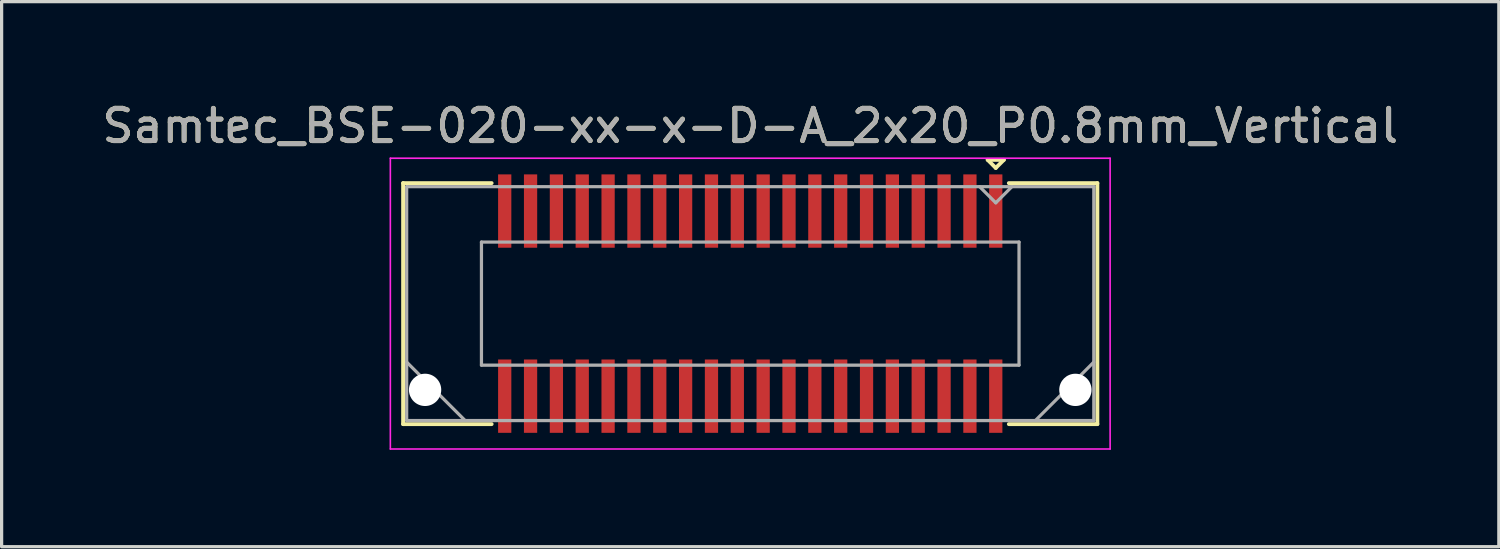
<source format=kicad_pcb>
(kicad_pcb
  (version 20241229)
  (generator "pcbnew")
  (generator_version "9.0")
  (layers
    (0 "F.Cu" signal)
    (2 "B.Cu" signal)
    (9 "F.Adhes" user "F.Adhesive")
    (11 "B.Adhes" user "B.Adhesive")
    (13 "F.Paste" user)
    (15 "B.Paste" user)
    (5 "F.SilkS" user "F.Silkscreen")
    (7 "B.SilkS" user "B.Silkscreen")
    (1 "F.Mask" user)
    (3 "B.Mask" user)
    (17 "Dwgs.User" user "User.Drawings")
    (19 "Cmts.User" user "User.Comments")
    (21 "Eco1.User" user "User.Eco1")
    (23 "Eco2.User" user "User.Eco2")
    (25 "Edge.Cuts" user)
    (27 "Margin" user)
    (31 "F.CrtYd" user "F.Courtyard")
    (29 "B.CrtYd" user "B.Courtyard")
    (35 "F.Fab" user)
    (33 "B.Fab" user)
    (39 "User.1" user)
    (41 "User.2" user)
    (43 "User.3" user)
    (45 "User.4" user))
  (footprint "Samtec_BSE-020-xx-x-D-A_2x20_P0.8mm_Vertical"
    (layer "F.Cu")
    (at 20.173 6.348)
    (property "Reference" "Samtec_BSE-020-xx-x-D-A_2x20_P0.8mm_Vertical" (at 0 -5.5 0) (layer "F.SilkS") (effects (font (size 1 1) (thickness 0.15))))
    (attr smd)
    (fp_line (start -10.745 -3.73) (end -8.005 -3.73) (stroke (width 0.12) (type solid)) (layer "F.SilkS"))
    (fp_line (start -10.745 3.73) (end -10.745 -3.73) (stroke (width 0.12) (type solid)) (layer "F.SilkS"))
    (fp_line (start -8.005 3.73) (end -10.745 3.73) (stroke (width 0.12) (type solid)) (layer "F.SilkS"))
    (fp_line (start 7.35 -4.45) (end 7.85 -4.45) (stroke (width 0.12) (type solid)) (layer "F.SilkS"))
    (fp_line (start 7.6 -4.2) (end 7.35 -4.45) (stroke (width 0.12) (type solid)) (layer "F.SilkS"))
    (fp_line (start 7.85 -4.45) (end 7.6 -4.2) (stroke (width 0.12) (type solid)) (layer "F.SilkS"))
    (fp_line (start 8.005 3.73) (end 10.745 3.73) (stroke (width 0.12) (type solid)) (layer "F.SilkS"))
    (fp_line (start 10.745 -3.73) (end 8.005 -3.73) (stroke (width 0.12) (type solid)) (layer "F.SilkS"))
    (fp_line (start 10.745 3.73) (end 10.745 -3.73) (stroke (width 0.12) (type solid)) (layer "F.SilkS"))
    (fp_line (start -11.14 -4.5) (end -11.14 4.5) (stroke (width 0.05) (type solid)) (layer "F.CrtYd"))
    (fp_line (start -11.14 4.5) (end 11.14 4.5) (stroke (width 0.05) (type solid)) (layer "F.CrtYd"))
    (fp_line (start 11.14 -4.5) (end -11.14 -4.5) (stroke (width 0.05) (type solid)) (layer "F.CrtYd"))
    (fp_line (start 11.14 4.5) (end 11.14 -4.5) (stroke (width 0.05) (type solid)) (layer "F.CrtYd"))
    (fp_line (start -10.635 -3.62) (end -10.635 3.62) (stroke (width 0.1) (type solid)) (layer "F.Fab"))
    (fp_line (start -10.635 1.81) (end -8.825 3.62) (stroke (width 0.1) (type solid)) (layer "F.Fab"))
    (fp_line (start -10.635 3.62) (end 10.635 3.62) (stroke (width 0.1) (type solid)) (layer "F.Fab"))
    (fp_line (start -8.32 -1.905) (end -8.32 1.905) (stroke (width 0.1) (type solid)) (layer "F.Fab"))
    (fp_line (start -8.32 1.905) (end 8.32 1.905) (stroke (width 0.1) (type solid)) (layer "F.Fab"))
    (fp_line (start 7.6 -3.12) (end 7.1 -3.62) (stroke (width 0.1) (type solid)) (layer "F.Fab"))
    (fp_line (start 8.1 -3.62) (end 7.6 -3.12) (stroke (width 0.1) (type solid)) (layer "F.Fab"))
    (fp_line (start 8.32 -1.905) (end -8.32 -1.905) (stroke (width 0.1) (type solid)) (layer "F.Fab"))
    (fp_line (start 8.32 1.905) (end 8.32 -1.905) (stroke (width 0.1) (type solid)) (layer "F.Fab"))
    (fp_line (start 10.635 -3.62) (end -10.635 -3.62) (stroke (width 0.1) (type solid)) (layer "F.Fab"))
    (fp_line (start 10.635 1.81) (end 8.825 3.62) (stroke (width 0.1) (type solid)) (layer "F.Fab"))
    (fp_line (start 10.635 3.62) (end 10.635 -3.62) (stroke (width 0.1) (type solid)) (layer "F.Fab"))
    (fp_text user "${REFERENCE}" (at 0 -5.5 0) (layer "F.Fab") (effects (font (size 1 1) (thickness 0.15))))
    (pad "" np_thru_hole circle (at -10.065 2.67) (size 1 1) (drill 1) (layers "*.Cu" "*.Mask"))
    (pad "" np_thru_hole circle (at 10.065 2.67) (size 1 1) (drill 1) (layers "*.Cu" "*.Mask"))
    (pad "1" smd rect (at 7.6 -2.865) (size 0.41 2.27) (layers "F.Cu" "F.Mask" "F.Paste"))
    (pad "2" smd rect (at 7.6 2.865) (size 0.41 2.27) (layers "F.Cu" "F.Mask" "F.Paste"))
    (pad "3" smd rect (at 6.8 -2.865) (size 0.41 2.27) (layers "F.Cu" "F.Mask" "F.Paste"))
    (pad "4" smd rect (at 6.8 2.865) (size 0.41 2.27) (layers "F.Cu" "F.Mask" "F.Paste"))
    (pad "5" smd rect (at 6 -2.865) (size 0.41 2.27) (layers "F.Cu" "F.Mask" "F.Paste"))
    (pad "6" smd rect (at 6 2.865) (size 0.41 2.27) (layers "F.Cu" "F.Mask" "F.Paste"))
    (pad "7" smd rect (at 5.2 -2.865) (size 0.41 2.27) (layers "F.Cu" "F.Mask" "F.Paste"))
    (pad "8" smd rect (at 5.2 2.865) (size 0.41 2.27) (layers "F.Cu" "F.Mask" "F.Paste"))
    (pad "9" smd rect (at 4.4 -2.865) (size 0.41 2.27) (layers "F.Cu" "F.Mask" "F.Paste"))
    (pad "10" smd rect (at 4.4 2.865) (size 0.41 2.27) (layers "F.Cu" "F.Mask" "F.Paste"))
    (pad "11" smd rect (at 3.6 -2.865) (size 0.41 2.27) (layers "F.Cu" "F.Mask" "F.Paste"))
    (pad "12" smd rect (at 3.6 2.865) (size 0.41 2.27) (layers "F.Cu" "F.Mask" "F.Paste"))
    (pad "13" smd rect (at 2.8 -2.865) (size 0.41 2.27) (layers "F.Cu" "F.Mask" "F.Paste"))
    (pad "14" smd rect (at 2.8 2.865) (size 0.41 2.27) (layers "F.Cu" "F.Mask" "F.Paste"))
    (pad "15" smd rect (at 2 -2.865) (size 0.41 2.27) (layers "F.Cu" "F.Mask" "F.Paste"))
    (pad "16" smd rect (at 2 2.865) (size 0.41 2.27) (layers "F.Cu" "F.Mask" "F.Paste"))
    (pad "17" smd rect (at 1.2 -2.865) (size 0.41 2.27) (layers "F.Cu" "F.Mask" "F.Paste"))
    (pad "18" smd rect (at 1.2 2.865) (size 0.41 2.27) (layers "F.Cu" "F.Mask" "F.Paste"))
    (pad "19" smd rect (at 0.4 -2.865) (size 0.41 2.27) (layers "F.Cu" "F.Mask" "F.Paste"))
    (pad "20" smd rect (at 0.4 2.865) (size 0.41 2.27) (layers "F.Cu" "F.Mask" "F.Paste"))
    (pad "21" smd rect (at -0.4 -2.865) (size 0.41 2.27) (layers "F.Cu" "F.Mask" "F.Paste"))
    (pad "22" smd rect (at -0.4 2.865) (size 0.41 2.27) (layers "F.Cu" "F.Mask" "F.Paste"))
    (pad "23" smd rect (at -1.2 -2.865) (size 0.41 2.27) (layers "F.Cu" "F.Mask" "F.Paste"))
    (pad "24" smd rect (at -1.2 2.865) (size 0.41 2.27) (layers "F.Cu" "F.Mask" "F.Paste"))
    (pad "25" smd rect (at -2 -2.865) (size 0.41 2.27) (layers "F.Cu" "F.Mask" "F.Paste"))
    (pad "26" smd rect (at -2 2.865) (size 0.41 2.27) (layers "F.Cu" "F.Mask" "F.Paste"))
    (pad "27" smd rect (at -2.8 -2.865) (size 0.41 2.27) (layers "F.Cu" "F.Mask" "F.Paste"))
    (pad "28" smd rect (at -2.8 2.865) (size 0.41 2.27) (layers "F.Cu" "F.Mask" "F.Paste"))
    (pad "29" smd rect (at -3.6 -2.865) (size 0.41 2.27) (layers "F.Cu" "F.Mask" "F.Paste"))
    (pad "30" smd rect (at -3.6 2.865) (size 0.41 2.27) (layers "F.Cu" "F.Mask" "F.Paste"))
    (pad "31" smd rect (at -4.4 -2.865) (size 0.41 2.27) (layers "F.Cu" "F.Mask" "F.Paste"))
    (pad "32" smd rect (at -4.4 2.865) (size 0.41 2.27) (layers "F.Cu" "F.Mask" "F.Paste"))
    (pad "33" smd rect (at -5.2 -2.865) (size 0.41 2.27) (layers "F.Cu" "F.Mask" "F.Paste"))
    (pad "34" smd rect (at -5.2 2.865) (size 0.41 2.27) (layers "F.Cu" "F.Mask" "F.Paste"))
    (pad "35" smd rect (at -6 -2.865) (size 0.41 2.27) (layers "F.Cu" "F.Mask" "F.Paste"))
    (pad "36" smd rect (at -6 2.865) (size 0.41 2.27) (layers "F.Cu" "F.Mask" "F.Paste"))
    (pad "37" smd rect (at -6.8 -2.865) (size 0.41 2.27) (layers "F.Cu" "F.Mask" "F.Paste"))
    (pad "38" smd rect (at -6.8 2.865) (size 0.41 2.27) (layers "F.Cu" "F.Mask" "F.Paste"))
    (pad "39" smd rect (at -7.6 -2.865) (size 0.41 2.27) (layers "F.Cu" "F.Mask" "F.Paste"))
    (pad "40" smd rect (at -7.6 2.865) (size 0.41 2.27) (layers "F.Cu" "F.Mask" "F.Paste")))
  (gr_rect
    (start -3 -3)
    (end 43.345 13.873)
    (stroke (width 0.1) (type default))
    (fill no)
    (layer "Edge.Cuts")))
</source>
